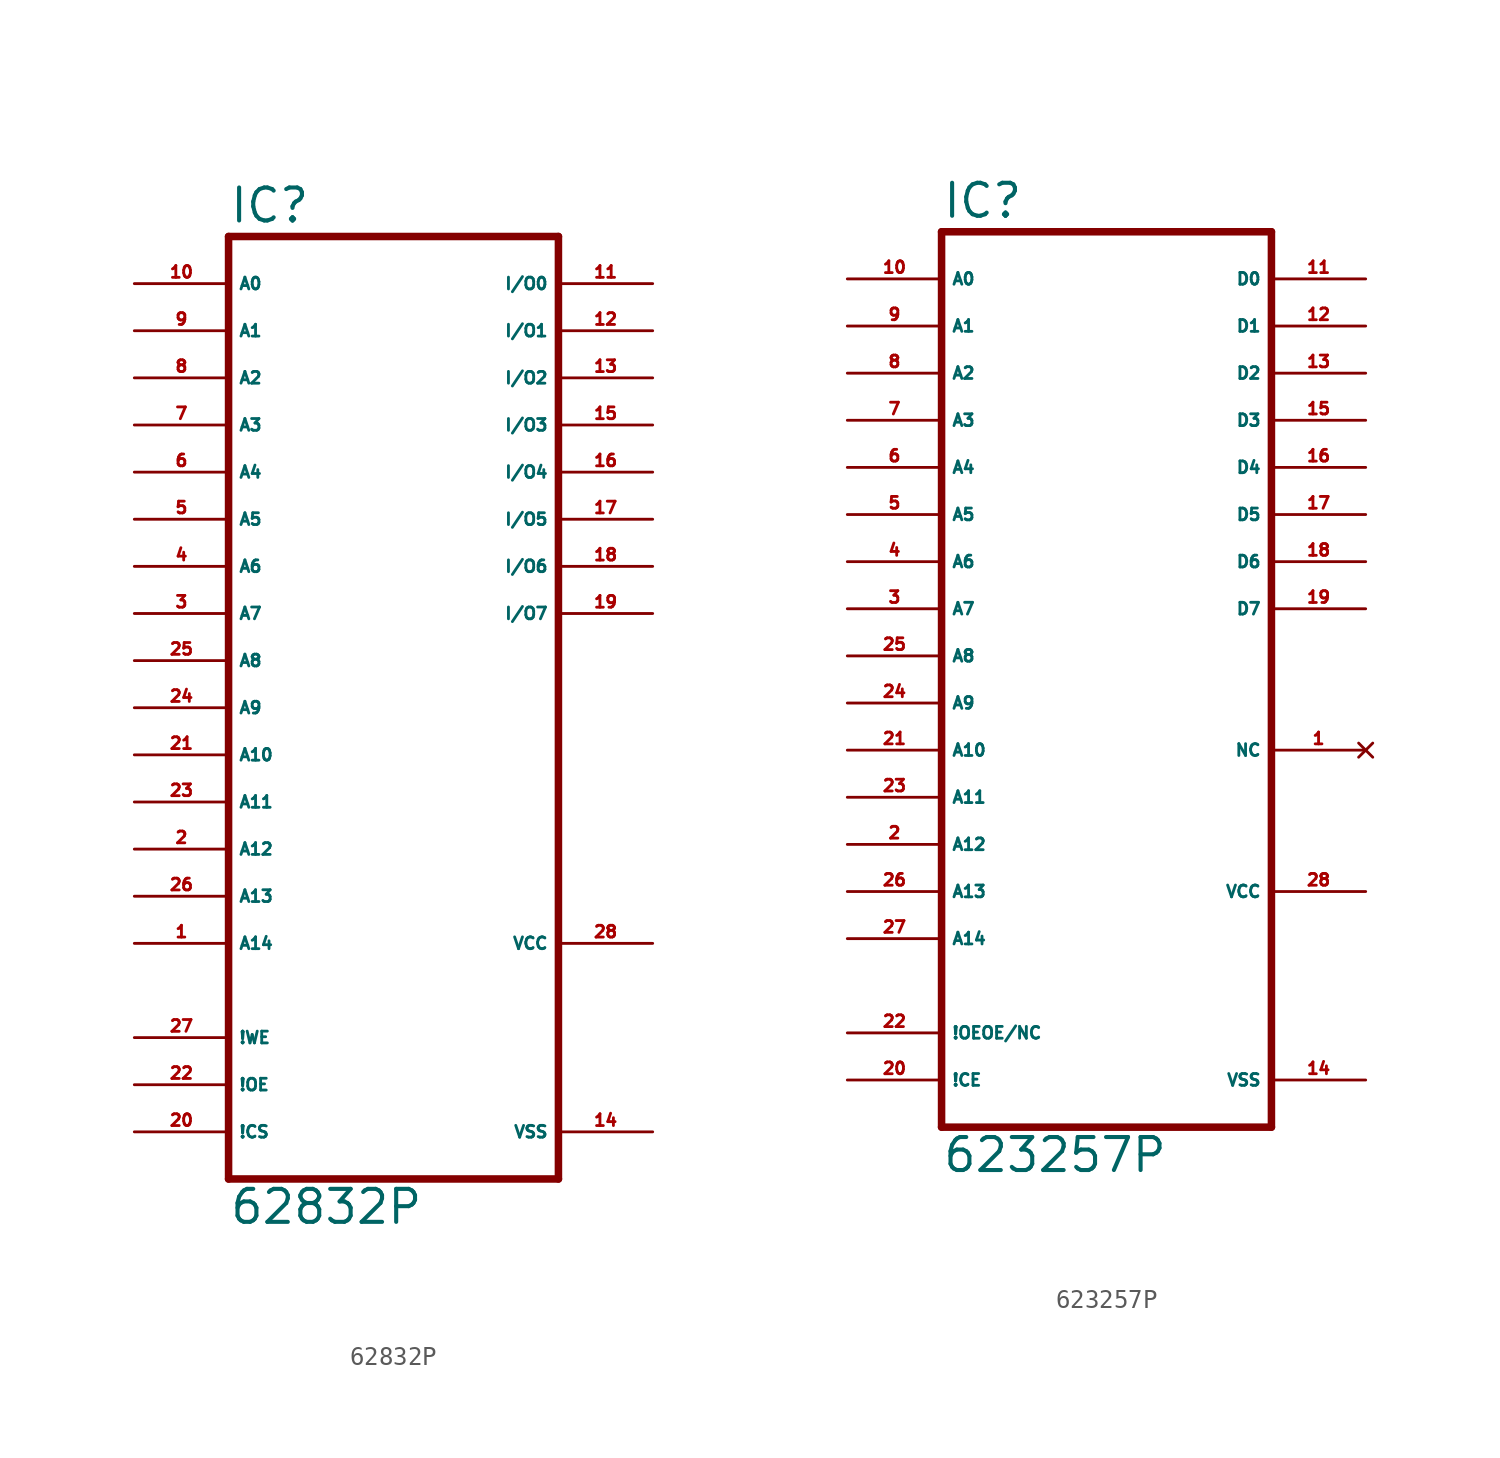
<source format=kicad_sym>
(kicad_symbol_lib
  (version 20220914)
  (generator Eagle2Kicad)
  (symbol "62832P"
    (property "Reference" "IC"
      (at -10.16 23.495 0)
      (effects (font (size 1.778 1.778) (thickness 0.22)) (justify left bottom)))
    (property "Value" "62832P"
      (at -10.16 -30.48 0)
      (effects (font (size 1.778 1.778) (thickness 0.22)) (justify left bottom)))
    (polyline
      (pts (xy -10.16 -27.94) (xy 7.62 -27.94))
      (stroke (width 0.406) (type default))
      (fill (type none)))
    (polyline
      (pts (xy 7.62 22.86) (xy 7.62 -27.94))
      (stroke (width 0.406) (type default))
      (fill (type none)))
    (polyline
      (pts (xy 7.62 22.86) (xy -10.16 22.86))
      (stroke (width 0.406) (type default))
      (fill (type none)))
    (polyline
      (pts (xy -10.16 -27.94) (xy -10.16 22.86))
      (stroke (width 0.406) (type default))
      (fill (type none)))
    (pin input line
      (at -15.24 20.32 0)
      (length 5.08)
      (name "A0" (effects (font (size 0.635 0.635) (thickness 0.08)) (justify left bottom)))
      (number "10" (effects (font (size 0.635 0.635) (thickness 0.08)) (justify left bottom))))
    (pin input line
      (at -15.24 17.78 0)
      (length 5.08)
      (name "A1" (effects (font (size 0.635 0.635) (thickness 0.08)) (justify left bottom)))
      (number "9" (effects (font (size 0.635 0.635) (thickness 0.08)) (justify left bottom))))
    (pin input line
      (at -15.24 15.24 0)
      (length 5.08)
      (name "A2" (effects (font (size 0.635 0.635) (thickness 0.08)) (justify left bottom)))
      (number "8" (effects (font (size 0.635 0.635) (thickness 0.08)) (justify left bottom))))
    (pin input line
      (at -15.24 12.7 0)
      (length 5.08)
      (name "A3" (effects (font (size 0.635 0.635) (thickness 0.08)) (justify left bottom)))
      (number "7" (effects (font (size 0.635 0.635) (thickness 0.08)) (justify left bottom))))
    (pin input line
      (at -15.24 10.16 0)
      (length 5.08)
      (name "A4" (effects (font (size 0.635 0.635) (thickness 0.08)) (justify left bottom)))
      (number "6" (effects (font (size 0.635 0.635) (thickness 0.08)) (justify left bottom))))
    (pin input line
      (at -15.24 7.62 0)
      (length 5.08)
      (name "A5" (effects (font (size 0.635 0.635) (thickness 0.08)) (justify left bottom)))
      (number "5" (effects (font (size 0.635 0.635) (thickness 0.08)) (justify left bottom))))
    (pin input line
      (at -15.24 5.08 0)
      (length 5.08)
      (name "A6" (effects (font (size 0.635 0.635) (thickness 0.08)) (justify left bottom)))
      (number "4" (effects (font (size 0.635 0.635) (thickness 0.08)) (justify left bottom))))
    (pin input line
      (at -15.24 2.54 0)
      (length 5.08)
      (name "A7" (effects (font (size 0.635 0.635) (thickness 0.08)) (justify left bottom)))
      (number "3" (effects (font (size 0.635 0.635) (thickness 0.08)) (justify left bottom))))
    (pin input line
      (at -15.24 0 0)
      (length 5.08)
      (name "A8" (effects (font (size 0.635 0.635) (thickness 0.08)) (justify left bottom)))
      (number "25" (effects (font (size 0.635 0.635) (thickness 0.08)) (justify left bottom))))
    (pin input line
      (at -15.24 -2.54 0)
      (length 5.08)
      (name "A9" (effects (font (size 0.635 0.635) (thickness 0.08)) (justify left bottom)))
      (number "24" (effects (font (size 0.635 0.635) (thickness 0.08)) (justify left bottom))))
    (pin input line
      (at -15.24 -5.08 0)
      (length 5.08)
      (name "A10" (effects (font (size 0.635 0.635) (thickness 0.08)) (justify left bottom)))
      (number "21" (effects (font (size 0.635 0.635) (thickness 0.08)) (justify left bottom))))
    (pin input line
      (at -15.24 -7.62 0)
      (length 5.08)
      (name "A11" (effects (font (size 0.635 0.635) (thickness 0.08)) (justify left bottom)))
      (number "23" (effects (font (size 0.635 0.635) (thickness 0.08)) (justify left bottom))))
    (pin input line
      (at -15.24 -10.16 0)
      (length 5.08)
      (name "A12" (effects (font (size 0.635 0.635) (thickness 0.08)) (justify left bottom)))
      (number "2" (effects (font (size 0.635 0.635) (thickness 0.08)) (justify left bottom))))
    (pin input line
      (at -15.24 -12.7 0)
      (length 5.08)
      (name "A13" (effects (font (size 0.635 0.635) (thickness 0.08)) (justify left bottom)))
      (number "26" (effects (font (size 0.635 0.635) (thickness 0.08)) (justify left bottom))))
    (pin input line
      (at -15.24 -15.24 0)
      (length 5.08)
      (name "A14" (effects (font (size 0.635 0.635) (thickness 0.08)) (justify left bottom)))
      (number "1" (effects (font (size 0.635 0.635) (thickness 0.08)) (justify left bottom))))
    (pin input line
      (at -15.24 -20.32 0)
      (length 5.08)
      (name "!WE" (effects (font (size 0.635 0.635) (thickness 0.08)) (justify left bottom)))
      (number "27" (effects (font (size 0.635 0.635) (thickness 0.08)) (justify left bottom))))
    (pin input line
      (at -15.24 -22.86 0)
      (length 5.08)
      (name "!OE" (effects (font (size 0.635 0.635) (thickness 0.08)) (justify left bottom)))
      (number "22" (effects (font (size 0.635 0.635) (thickness 0.08)) (justify left bottom))))
    (pin input line
      (at -15.24 -25.4 0)
      (length 5.08)
      (name "!CS" (effects (font (size 0.635 0.635) (thickness 0.08)) (justify left bottom)))
      (number "20" (effects (font (size 0.635 0.635) (thickness 0.08)) (justify left bottom))))
    (pin bidirectional line
      (at 12.7 20.32 180)
      (length 5.08)
      (name "I/O0" (effects (font (size 0.635 0.635) (thickness 0.08)) (justify left bottom)))
      (number "11" (effects (font (size 0.635 0.635) (thickness 0.08)) (justify left bottom))))
    (pin bidirectional line
      (at 12.7 17.78 180)
      (length 5.08)
      (name "I/O1" (effects (font (size 0.635 0.635) (thickness 0.08)) (justify left bottom)))
      (number "12" (effects (font (size 0.635 0.635) (thickness 0.08)) (justify left bottom))))
    (pin bidirectional line
      (at 12.7 15.24 180)
      (length 5.08)
      (name "I/O2" (effects (font (size 0.635 0.635) (thickness 0.08)) (justify left bottom)))
      (number "13" (effects (font (size 0.635 0.635) (thickness 0.08)) (justify left bottom))))
    (pin bidirectional line
      (at 12.7 12.7 180)
      (length 5.08)
      (name "I/O3" (effects (font (size 0.635 0.635) (thickness 0.08)) (justify left bottom)))
      (number "15" (effects (font (size 0.635 0.635) (thickness 0.08)) (justify left bottom))))
    (pin bidirectional line
      (at 12.7 10.16 180)
      (length 5.08)
      (name "I/O4" (effects (font (size 0.635 0.635) (thickness 0.08)) (justify left bottom)))
      (number "16" (effects (font (size 0.635 0.635) (thickness 0.08)) (justify left bottom))))
    (pin bidirectional line
      (at 12.7 7.62 180)
      (length 5.08)
      (name "I/O5" (effects (font (size 0.635 0.635) (thickness 0.08)) (justify left bottom)))
      (number "17" (effects (font (size 0.635 0.635) (thickness 0.08)) (justify left bottom))))
    (pin bidirectional line
      (at 12.7 5.08 180)
      (length 5.08)
      (name "I/O6" (effects (font (size 0.635 0.635) (thickness 0.08)) (justify left bottom)))
      (number "18" (effects (font (size 0.635 0.635) (thickness 0.08)) (justify left bottom))))
    (pin bidirectional line
      (at 12.7 2.54 180)
      (length 5.08)
      (name "I/O7" (effects (font (size 0.635 0.635) (thickness 0.08)) (justify left bottom)))
      (number "19" (effects (font (size 0.635 0.635) (thickness 0.08)) (justify left bottom))))
    (pin unspecified line
      (at 12.7 -25.4 180)
      (length 5.08)
      (name "VSS" (effects (font (size 0.635 0.635) (thickness 0.08)) (justify left bottom)))
      (number "14" (effects (font (size 0.635 0.635) (thickness 0.08)) (justify left bottom))))
    (pin unspecified line
      (at 12.7 -15.24 180)
      (length 5.08)
      (name "VCC" (effects (font (size 0.635 0.635) (thickness 0.08)) (justify left bottom)))
      (number "28" (effects (font (size 0.635 0.635) (thickness 0.08)) (justify left bottom)))))
  (symbol "623257P"
    (property "Reference" "IC"
      (at -10.16 20.955 0)
      (effects (font (size 1.778 1.778) (thickness 0.22)) (justify left bottom)))
    (property "Value" "623257P"
      (at -10.16 -30.48 0)
      (effects (font (size 1.778 1.778) (thickness 0.22)) (justify left bottom)))
    (polyline
      (pts (xy -10.16 -27.94) (xy 7.62 -27.94))
      (stroke (width 0.406) (type default))
      (fill (type none)))
    (polyline
      (pts (xy 7.62 20.32) (xy 7.62 -27.94))
      (stroke (width 0.406) (type default))
      (fill (type none)))
    (polyline
      (pts (xy 7.62 20.32) (xy -10.16 20.32))
      (stroke (width 0.406) (type default))
      (fill (type none)))
    (polyline
      (pts (xy -10.16 -27.94) (xy -10.16 20.32))
      (stroke (width 0.406) (type default))
      (fill (type none)))
    (pin input line
      (at -15.24 17.78 0)
      (length 5.08)
      (name "A0" (effects (font (size 0.635 0.635) (thickness 0.08)) (justify left bottom)))
      (number "10" (effects (font (size 0.635 0.635) (thickness 0.08)) (justify left bottom))))
    (pin input line
      (at -15.24 15.24 0)
      (length 5.08)
      (name "A1" (effects (font (size 0.635 0.635) (thickness 0.08)) (justify left bottom)))
      (number "9" (effects (font (size 0.635 0.635) (thickness 0.08)) (justify left bottom))))
    (pin input line
      (at -15.24 12.7 0)
      (length 5.08)
      (name "A2" (effects (font (size 0.635 0.635) (thickness 0.08)) (justify left bottom)))
      (number "8" (effects (font (size 0.635 0.635) (thickness 0.08)) (justify left bottom))))
    (pin input line
      (at -15.24 10.16 0)
      (length 5.08)
      (name "A3" (effects (font (size 0.635 0.635) (thickness 0.08)) (justify left bottom)))
      (number "7" (effects (font (size 0.635 0.635) (thickness 0.08)) (justify left bottom))))
    (pin input line
      (at -15.24 7.62 0)
      (length 5.08)
      (name "A4" (effects (font (size 0.635 0.635) (thickness 0.08)) (justify left bottom)))
      (number "6" (effects (font (size 0.635 0.635) (thickness 0.08)) (justify left bottom))))
    (pin input line
      (at -15.24 5.08 0)
      (length 5.08)
      (name "A5" (effects (font (size 0.635 0.635) (thickness 0.08)) (justify left bottom)))
      (number "5" (effects (font (size 0.635 0.635) (thickness 0.08)) (justify left bottom))))
    (pin input line
      (at -15.24 2.54 0)
      (length 5.08)
      (name "A6" (effects (font (size 0.635 0.635) (thickness 0.08)) (justify left bottom)))
      (number "4" (effects (font (size 0.635 0.635) (thickness 0.08)) (justify left bottom))))
    (pin input line
      (at -15.24 0 0)
      (length 5.08)
      (name "A7" (effects (font (size 0.635 0.635) (thickness 0.08)) (justify left bottom)))
      (number "3" (effects (font (size 0.635 0.635) (thickness 0.08)) (justify left bottom))))
    (pin input line
      (at -15.24 -2.54 0)
      (length 5.08)
      (name "A8" (effects (font (size 0.635 0.635) (thickness 0.08)) (justify left bottom)))
      (number "25" (effects (font (size 0.635 0.635) (thickness 0.08)) (justify left bottom))))
    (pin input line
      (at -15.24 -5.08 0)
      (length 5.08)
      (name "A9" (effects (font (size 0.635 0.635) (thickness 0.08)) (justify left bottom)))
      (number "24" (effects (font (size 0.635 0.635) (thickness 0.08)) (justify left bottom))))
    (pin input line
      (at -15.24 -7.62 0)
      (length 5.08)
      (name "A10" (effects (font (size 0.635 0.635) (thickness 0.08)) (justify left bottom)))
      (number "21" (effects (font (size 0.635 0.635) (thickness 0.08)) (justify left bottom))))
    (pin input line
      (at -15.24 -10.16 0)
      (length 5.08)
      (name "A11" (effects (font (size 0.635 0.635) (thickness 0.08)) (justify left bottom)))
      (number "23" (effects (font (size 0.635 0.635) (thickness 0.08)) (justify left bottom))))
    (pin input line
      (at -15.24 -12.7 0)
      (length 5.08)
      (name "A12" (effects (font (size 0.635 0.635) (thickness 0.08)) (justify left bottom)))
      (number "2" (effects (font (size 0.635 0.635) (thickness 0.08)) (justify left bottom))))
    (pin input line
      (at -15.24 -15.24 0)
      (length 5.08)
      (name "A13" (effects (font (size 0.635 0.635) (thickness 0.08)) (justify left bottom)))
      (number "26" (effects (font (size 0.635 0.635) (thickness 0.08)) (justify left bottom))))
    (pin input line
      (at -15.24 -17.78 0)
      (length 5.08)
      (name "A14" (effects (font (size 0.635 0.635) (thickness 0.08)) (justify left bottom)))
      (number "27" (effects (font (size 0.635 0.635) (thickness 0.08)) (justify left bottom))))
    (pin input line
      (at -15.24 -22.86 0)
      (length 5.08)
      (name "!OEOE/NC" (effects (font (size 0.635 0.635) (thickness 0.08)) (justify left bottom)))
      (number "22" (effects (font (size 0.635 0.635) (thickness 0.08)) (justify left bottom))))
    (pin input line
      (at -15.24 -25.4 0)
      (length 5.08)
      (name "!CE" (effects (font (size 0.635 0.635) (thickness 0.08)) (justify left bottom)))
      (number "20" (effects (font (size 0.635 0.635) (thickness 0.08)) (justify left bottom))))
    (pin unspecified line
      (at 12.7 -25.4 180)
      (length 5.08)
      (name "VSS" (effects (font (size 0.635 0.635) (thickness 0.08)) (justify left bottom)))
      (number "14" (effects (font (size 0.635 0.635) (thickness 0.08)) (justify left bottom))))
    (pin unspecified line
      (at 12.7 -15.24 180)
      (length 5.08)
      (name "VCC" (effects (font (size 0.635 0.635) (thickness 0.08)) (justify left bottom)))
      (number "28" (effects (font (size 0.635 0.635) (thickness 0.08)) (justify left bottom))))
    (pin tri_state line
      (at 12.7 17.78 180)
      (length 5.08)
      (name "D0" (effects (font (size 0.635 0.635) (thickness 0.08)) (justify left bottom)))
      (number "11" (effects (font (size 0.635 0.635) (thickness 0.08)) (justify left bottom))))
    (pin tri_state line
      (at 12.7 15.24 180)
      (length 5.08)
      (name "D1" (effects (font (size 0.635 0.635) (thickness 0.08)) (justify left bottom)))
      (number "12" (effects (font (size 0.635 0.635) (thickness 0.08)) (justify left bottom))))
    (pin tri_state line
      (at 12.7 12.7 180)
      (length 5.08)
      (name "D2" (effects (font (size 0.635 0.635) (thickness 0.08)) (justify left bottom)))
      (number "13" (effects (font (size 0.635 0.635) (thickness 0.08)) (justify left bottom))))
    (pin tri_state line
      (at 12.7 10.16 180)
      (length 5.08)
      (name "D3" (effects (font (size 0.635 0.635) (thickness 0.08)) (justify left bottom)))
      (number "15" (effects (font (size 0.635 0.635) (thickness 0.08)) (justify left bottom))))
    (pin tri_state line
      (at 12.7 7.62 180)
      (length 5.08)
      (name "D4" (effects (font (size 0.635 0.635) (thickness 0.08)) (justify left bottom)))
      (number "16" (effects (font (size 0.635 0.635) (thickness 0.08)) (justify left bottom))))
    (pin tri_state line
      (at 12.7 5.08 180)
      (length 5.08)
      (name "D5" (effects (font (size 0.635 0.635) (thickness 0.08)) (justify left bottom)))
      (number "17" (effects (font (size 0.635 0.635) (thickness 0.08)) (justify left bottom))))
    (pin tri_state line
      (at 12.7 2.54 180)
      (length 5.08)
      (name "D6" (effects (font (size 0.635 0.635) (thickness 0.08)) (justify left bottom)))
      (number "18" (effects (font (size 0.635 0.635) (thickness 0.08)) (justify left bottom))))
    (pin tri_state line
      (at 12.7 0 180)
      (length 5.08)
      (name "D7" (effects (font (size 0.635 0.635) (thickness 0.08)) (justify left bottom)))
      (number "19" (effects (font (size 0.635 0.635) (thickness 0.08)) (justify left bottom))))
    (pin no_connect line
      (at 12.7 -7.62 180)
      (length 5.08)
      (name "NC" (effects (font (size 0.635 0.635) (thickness 0.08)) (justify left bottom) hide))
      (number "1" (effects (font (size 0.635 0.635) (thickness 0.08)) (justify left bottom) hide)))))
</source>
